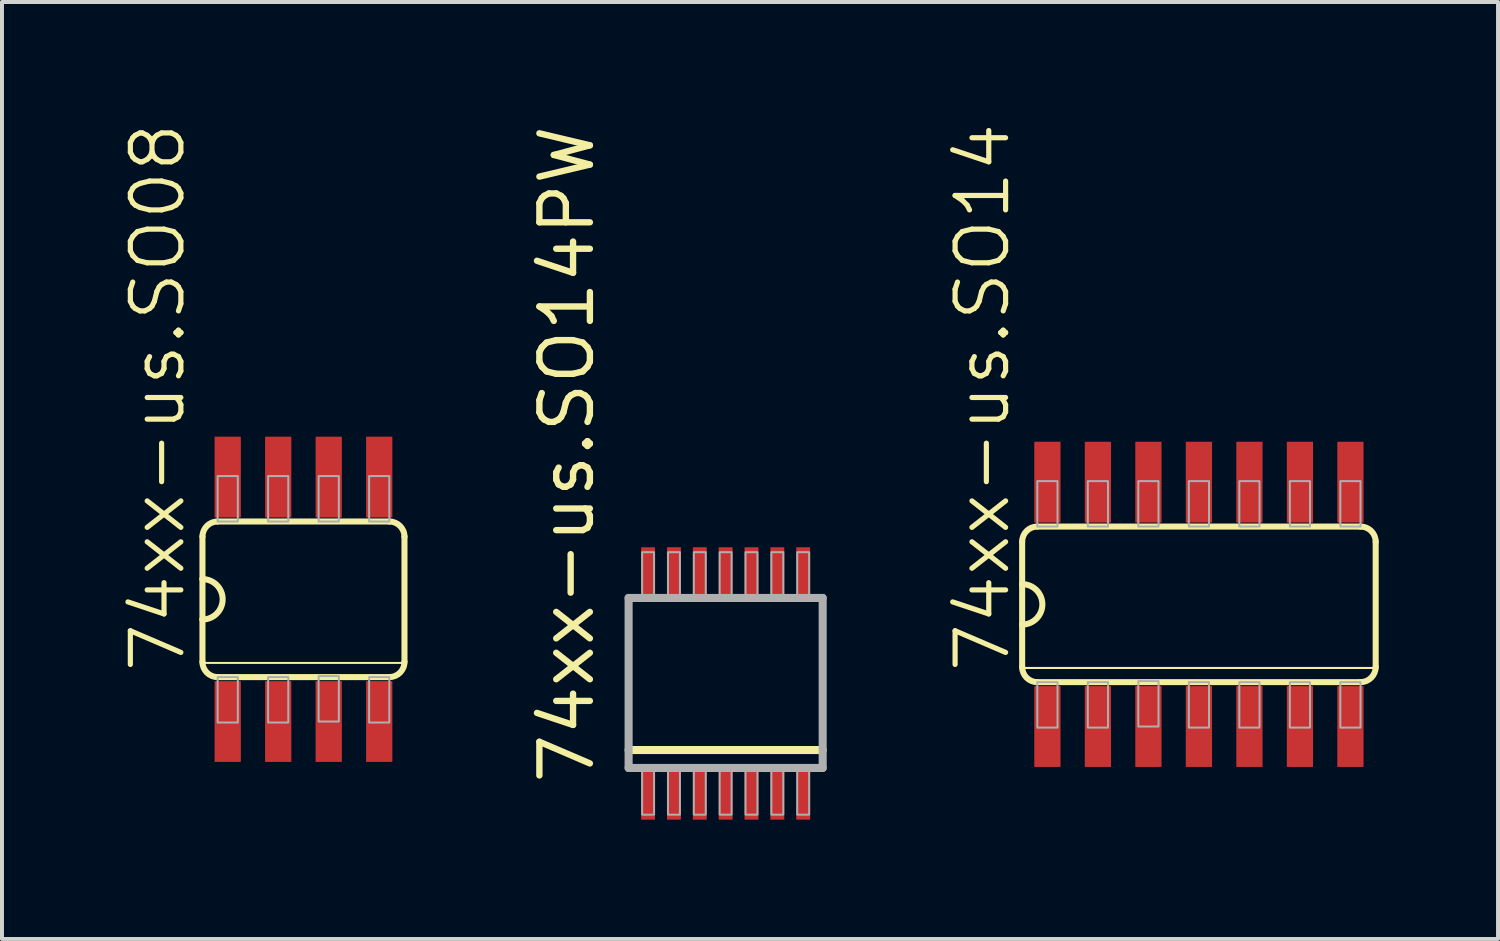
<source format=kicad_pcb>
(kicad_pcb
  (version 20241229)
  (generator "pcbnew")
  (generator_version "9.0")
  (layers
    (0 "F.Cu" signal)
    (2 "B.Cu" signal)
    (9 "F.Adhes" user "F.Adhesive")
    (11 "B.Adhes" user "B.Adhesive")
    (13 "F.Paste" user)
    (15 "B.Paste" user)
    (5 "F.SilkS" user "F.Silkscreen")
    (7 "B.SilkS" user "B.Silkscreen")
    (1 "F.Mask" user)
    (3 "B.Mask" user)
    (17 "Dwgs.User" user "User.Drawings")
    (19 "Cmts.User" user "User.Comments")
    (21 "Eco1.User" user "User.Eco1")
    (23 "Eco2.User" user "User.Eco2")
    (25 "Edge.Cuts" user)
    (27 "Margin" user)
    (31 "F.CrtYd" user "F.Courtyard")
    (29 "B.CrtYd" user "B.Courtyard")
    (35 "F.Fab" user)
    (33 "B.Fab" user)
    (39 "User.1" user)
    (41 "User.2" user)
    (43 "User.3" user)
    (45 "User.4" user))
  (footprint "74xx-us.SO14PW"
    (layer "F.Cu")
    (at 15.197 14.136)
    (property "Reference" "74xx-us.SO14PW" (at -3.25 2.6 90) (layer "F.SilkS") (effects (font (size 1.27 1.27) (thickness 0.16)) (justify left bottom)))
    (attr smd)
    (fp_line (start 2.44 1.675) (end -2.44 1.675) (stroke (width 0.203) (type default)) (layer "F.SilkS"))
    (fp_line (start -2.44 -2.15) (end 2.44 -2.15) (stroke (width 0.203) (type default)) (layer "F.Fab"))
    (fp_line (start -2.44 2.125) (end -2.44 -2.15) (stroke (width 0.203) (type default)) (layer "F.Fab"))
    (fp_line (start 2.44 -2.15) (end 2.44 2.125) (stroke (width 0.203) (type default)) (layer "F.Fab"))
    (fp_line (start 2.44 2.125) (end -2.44 2.125) (stroke (width 0.203) (type default)) (layer "F.Fab"))
    (fp_rect (start -2.1 -2.1) (end -1.8 -3.3) (stroke (width 0.05) (type default)) (fill no) (layer "F.Fab"))
    (fp_rect (start -2.1 3.3) (end -1.8 2.1) (stroke (width 0.05) (type default)) (fill no) (layer "F.Fab"))
    (fp_rect (start -1.45 -2.1) (end -1.15 -3.3) (stroke (width 0.05) (type default)) (fill no) (layer "F.Fab"))
    (fp_rect (start -1.45 3.3) (end -1.15 2.1) (stroke (width 0.05) (type default)) (fill no) (layer "F.Fab"))
    (fp_rect (start -0.8 -2.1) (end -0.5 -3.3) (stroke (width 0.05) (type default)) (fill no) (layer "F.Fab"))
    (fp_rect (start -0.8 3.3) (end -0.5 2.1) (stroke (width 0.05) (type default)) (fill no) (layer "F.Fab"))
    (fp_rect (start -0.15 -2.1) (end 0.15 -3.3) (stroke (width 0.05) (type default)) (fill no) (layer "F.Fab"))
    (fp_rect (start -0.15 3.3) (end 0.15 2.1) (stroke (width 0.05) (type default)) (fill no) (layer "F.Fab"))
    (fp_rect (start 0.5 -2.1) (end 0.8 -3.3) (stroke (width 0.05) (type default)) (fill no) (layer "F.Fab"))
    (fp_rect (start 0.5 3.3) (end 0.8 2.1) (stroke (width 0.05) (type default)) (fill no) (layer "F.Fab"))
    (fp_rect (start 1.15 -2.1) (end 1.45 -3.3) (stroke (width 0.05) (type default)) (fill no) (layer "F.Fab"))
    (fp_rect (start 1.15 3.3) (end 1.45 2.1) (stroke (width 0.05) (type default)) (fill no) (layer "F.Fab"))
    (fp_rect (start 1.8 -2.1) (end 2.1 -3.3) (stroke (width 0.05) (type default)) (fill no) (layer "F.Fab"))
    (fp_rect (start 1.8 3.3) (end 2.1 2.1) (stroke (width 0.05) (type default)) (fill no) (layer "F.Fab"))
    (pad "1" smd roundrect (at -1.95 2.825) (size 0.35 1.2) (layers "F.Cu" "F.Mask" "F.Paste") (roundrect_rratio 0.01))
    (pad "2" smd roundrect (at -1.3 2.825) (size 0.35 1.2) (layers "F.Cu" "F.Mask" "F.Paste") (roundrect_rratio 0.01))
    (pad "3" smd roundrect (at -0.65 2.825) (size 0.35 1.2) (layers "F.Cu" "F.Mask" "F.Paste") (roundrect_rratio 0.01))
    (pad "4" smd roundrect (at 0 2.825) (size 0.35 1.2) (layers "F.Cu" "F.Mask" "F.Paste") (roundrect_rratio 0.01))
    (pad "5" smd roundrect (at 0.65 2.825) (size 0.35 1.2) (layers "F.Cu" "F.Mask" "F.Paste") (roundrect_rratio 0.01))
    (pad "6" smd roundrect (at 1.3 2.825) (size 0.35 1.2) (layers "F.Cu" "F.Mask" "F.Paste") (roundrect_rratio 0.01))
    (pad "7" smd roundrect (at 1.95 2.825) (size 0.35 1.2) (layers "F.Cu" "F.Mask" "F.Paste") (roundrect_rratio 0.01))
    (pad "8" smd roundrect (at 1.95 -2.825 180) (size 0.35 1.2) (layers "F.Cu" "F.Mask" "F.Paste") (roundrect_rratio 0.01))
    (pad "9" smd roundrect (at 1.3 -2.825 180) (size 0.35 1.2) (layers "F.Cu" "F.Mask" "F.Paste") (roundrect_rratio 0.01))
    (pad "10" smd roundrect (at 0.65 -2.825 180) (size 0.35 1.2) (layers "F.Cu" "F.Mask" "F.Paste") (roundrect_rratio 0.01))
    (pad "11" smd roundrect (at 0 -2.825 180) (size 0.35 1.2) (layers "F.Cu" "F.Mask" "F.Paste") (roundrect_rratio 0.01))
    (pad "12" smd roundrect (at -0.65 -2.825 180) (size 0.35 1.2) (layers "F.Cu" "F.Mask" "F.Paste") (roundrect_rratio 0.01))
    (pad "13" smd roundrect (at -1.3 -2.825 180) (size 0.35 1.2) (layers "F.Cu" "F.Mask" "F.Paste") (roundrect_rratio 0.01))
    (pad "14" smd roundrect (at -1.95 -2.825 180) (size 0.35 1.2) (layers "F.Cu" "F.Mask" "F.Paste") (roundrect_rratio 0.01)))
  (footprint "74xx-us.SO14"
    (layer "F.Cu")
    (at 27.098 12.147)
    (property "Reference" "74xx-us.SO14" (at -4.699 1.778 90) (layer "F.SilkS") (effects (font (size 1.27 1.27) (thickness 0.13)) (justify left bottom)))
    (attr smd)
    (fp_line (start -4.445 -1.575) (end -4.445 -0.508) (stroke (width 0.152) (type default)) (layer "F.SilkS"))
    (fp_line (start -4.445 -0.508) (end -4.445 0.508) (stroke (width 0.152) (type default)) (layer "F.SilkS"))
    (fp_line (start -4.445 0.508) (end -4.445 1.575) (stroke (width 0.152) (type default)) (layer "F.SilkS"))
    (fp_line (start -4.445 1.6) (end 4.445 1.6) (stroke (width 0.051) (type default)) (layer "F.SilkS"))
    (fp_line (start -4.064 1.956) (end 4.064 1.956) (stroke (width 0.152) (type default)) (layer "F.SilkS"))
    (fp_line (start 4.064 -1.956) (end -4.064 -1.956) (stroke (width 0.152) (type default)) (layer "F.SilkS"))
    (fp_line (start 4.445 1.575) (end 4.445 -1.575) (stroke (width 0.152) (type default)) (layer "F.SilkS"))
    (fp_arc (start -4.445 -1.5748) (mid -4.333408 -1.844208) (end -4.064 -1.9558) (stroke (width 0.1524) (type default)) (layer "F.SilkS"))
    (fp_arc (start -4.445 -0.508) (mid -3.937 0) (end -4.445 0.508) (stroke (width 0.1524) (type default)) (layer "F.SilkS"))
    (fp_arc (start -4.064 1.9558) (mid -4.333408 1.844208) (end -4.445 1.5748) (stroke (width 0.1524) (type default)) (layer "F.SilkS"))
    (fp_arc (start 4.064 -1.9558) (mid 4.333408 -1.844208) (end 4.445 -1.5748) (stroke (width 0.1524) (type default)) (layer "F.SilkS"))
    (fp_arc (start 4.445 1.5748) (mid 4.333408 1.844208) (end 4.064 1.9558) (stroke (width 0.1524) (type default)) (layer "F.SilkS"))
    (fp_rect (start -4.064 -1.956) (end -3.556 -3.099) (stroke (width 0.05) (type default)) (fill no) (layer "F.Fab"))
    (fp_rect (start -4.064 3.099) (end -3.556 1.956) (stroke (width 0.05) (type default)) (fill no) (layer "F.Fab"))
    (fp_rect (start -2.794 -1.956) (end -2.286 -3.099) (stroke (width 0.05) (type default)) (fill no) (layer "F.Fab"))
    (fp_rect (start -2.794 3.099) (end -2.286 1.956) (stroke (width 0.05) (type default)) (fill no) (layer "F.Fab"))
    (fp_rect (start -1.524 -1.956) (end -1.016 -3.099) (stroke (width 0.05) (type default)) (fill no) (layer "F.Fab"))
    (fp_rect (start -1.524 3.073) (end -1.016 1.93) (stroke (width 0.05) (type default)) (fill no) (layer "F.Fab"))
    (fp_rect (start -0.254 -1.956) (end 0.254 -3.099) (stroke (width 0.05) (type default)) (fill no) (layer "F.Fab"))
    (fp_rect (start -0.254 3.099) (end 0.254 1.956) (stroke (width 0.05) (type default)) (fill no) (layer "F.Fab"))
    (fp_rect (start 1.016 -1.956) (end 1.524 -3.099) (stroke (width 0.05) (type default)) (fill no) (layer "F.Fab"))
    (fp_rect (start 1.016 3.099) (end 1.524 1.956) (stroke (width 0.05) (type default)) (fill no) (layer "F.Fab"))
    (fp_rect (start 2.286 -1.956) (end 2.794 -3.099) (stroke (width 0.05) (type default)) (fill no) (layer "F.Fab"))
    (fp_rect (start 2.286 3.099) (end 2.794 1.956) (stroke (width 0.05) (type default)) (fill no) (layer "F.Fab"))
    (fp_rect (start 3.556 -1.956) (end 4.064 -3.099) (stroke (width 0.05) (type default)) (fill no) (layer "F.Fab"))
    (fp_rect (start 3.556 3.099) (end 4.064 1.956) (stroke (width 0.05) (type default)) (fill no) (layer "F.Fab"))
    (pad "1" smd roundrect (at -3.81 3.073) (size 0.66 2.032) (layers "F.Cu" "F.Mask" "F.Paste") (roundrect_rratio 0.01))
    (pad "2" smd roundrect (at -2.54 3.073) (size 0.66 2.032) (layers "F.Cu" "F.Mask" "F.Paste") (roundrect_rratio 0.01))
    (pad "3" smd roundrect (at -1.27 3.073) (size 0.66 2.032) (layers "F.Cu" "F.Mask" "F.Paste") (roundrect_rratio 0.01))
    (pad "4" smd roundrect (at 0 3.073) (size 0.66 2.032) (layers "F.Cu" "F.Mask" "F.Paste") (roundrect_rratio 0.01))
    (pad "5" smd roundrect (at 1.27 3.073) (size 0.66 2.032) (layers "F.Cu" "F.Mask" "F.Paste") (roundrect_rratio 0.01))
    (pad "6" smd roundrect (at 2.54 3.073) (size 0.66 2.032) (layers "F.Cu" "F.Mask" "F.Paste") (roundrect_rratio 0.01))
    (pad "7" smd roundrect (at 3.81 3.073) (size 0.66 2.032) (layers "F.Cu" "F.Mask" "F.Paste") (roundrect_rratio 0.01))
    (pad "8" smd roundrect (at 3.81 -3.073) (size 0.66 2.032) (layers "F.Cu" "F.Mask" "F.Paste") (roundrect_rratio 0.01))
    (pad "9" smd roundrect (at 2.54 -3.073) (size 0.66 2.032) (layers "F.Cu" "F.Mask" "F.Paste") (roundrect_rratio 0.01))
    (pad "10" smd roundrect (at 1.27 -3.073) (size 0.66 2.032) (layers "F.Cu" "F.Mask" "F.Paste") (roundrect_rratio 0.01))
    (pad "11" smd roundrect (at 0 -3.073) (size 0.66 2.032) (layers "F.Cu" "F.Mask" "F.Paste") (roundrect_rratio 0.01))
    (pad "12" smd roundrect (at -1.27 -3.073) (size 0.66 2.032) (layers "F.Cu" "F.Mask" "F.Paste") (roundrect_rratio 0.01))
    (pad "13" smd roundrect (at -2.54 -3.073) (size 0.66 2.032) (layers "F.Cu" "F.Mask" "F.Paste") (roundrect_rratio 0.01))
    (pad "14" smd roundrect (at -3.81 -3.073) (size 0.66 2.032) (layers "F.Cu" "F.Mask" "F.Paste") (roundrect_rratio 0.01)))
  (footprint "74xx-us.SO08"
    (layer "F.Cu")
    (at 4.581 12.02)
    (property "Reference" "74xx-us.SO08" (at -2.921 1.905 90) (layer "F.SilkS") (effects (font (size 1.27 1.27) (thickness 0.13)) (justify left bottom)))
    (attr smd)
    (fp_line (start -2.54 -1.575) (end -2.54 -0.508) (stroke (width 0.152) (type default)) (layer "F.SilkS"))
    (fp_line (start -2.54 -0.508) (end -2.54 0.508) (stroke (width 0.152) (type default)) (layer "F.SilkS"))
    (fp_line (start -2.54 0.508) (end -2.54 1.575) (stroke (width 0.152) (type default)) (layer "F.SilkS"))
    (fp_line (start -2.54 1.6) (end 2.54 1.6) (stroke (width 0.051) (type default)) (layer "F.SilkS"))
    (fp_line (start -2.159 1.956) (end 2.159 1.956) (stroke (width 0.152) (type default)) (layer "F.SilkS"))
    (fp_line (start 2.159 -1.956) (end -2.159 -1.956) (stroke (width 0.152) (type default)) (layer "F.SilkS"))
    (fp_line (start 2.54 1.575) (end 2.54 -1.575) (stroke (width 0.152) (type default)) (layer "F.SilkS"))
    (fp_arc (start -2.54 -1.5748) (mid -2.428408 -1.844208) (end -2.159 -1.9558) (stroke (width 0.1524) (type default)) (layer "F.SilkS"))
    (fp_arc (start -2.54 -0.508) (mid -2.032 0) (end -2.54 0.508) (stroke (width 0.1524) (type default)) (layer "F.SilkS"))
    (fp_arc (start -2.159 1.9558) (mid -2.428408 1.844208) (end -2.54 1.5748) (stroke (width 0.1524) (type default)) (layer "F.SilkS"))
    (fp_arc (start 2.159 -1.9558) (mid 2.428408 -1.844208) (end 2.54 -1.5748) (stroke (width 0.1524) (type default)) (layer "F.SilkS"))
    (fp_arc (start 2.54 1.5748) (mid 2.428408 1.844208) (end 2.159 1.9558) (stroke (width 0.1524) (type default)) (layer "F.SilkS"))
    (fp_rect (start -2.159 -1.956) (end -1.651 -3.099) (stroke (width 0.05) (type default)) (fill no) (layer "F.Fab"))
    (fp_rect (start -2.159 3.099) (end -1.651 1.956) (stroke (width 0.05) (type default)) (fill no) (layer "F.Fab"))
    (fp_rect (start -0.889 -1.956) (end -0.381 -3.099) (stroke (width 0.05) (type default)) (fill no) (layer "F.Fab"))
    (fp_rect (start -0.889 3.099) (end -0.381 1.956) (stroke (width 0.05) (type default)) (fill no) (layer "F.Fab"))
    (fp_rect (start 0.381 -1.956) (end 0.889 -3.099) (stroke (width 0.05) (type default)) (fill no) (layer "F.Fab"))
    (fp_rect (start 0.381 3.073) (end 0.889 1.93) (stroke (width 0.05) (type default)) (fill no) (layer "F.Fab"))
    (fp_rect (start 1.651 -1.956) (end 2.159 -3.099) (stroke (width 0.05) (type default)) (fill no) (layer "F.Fab"))
    (fp_rect (start 1.651 3.099) (end 2.159 1.956) (stroke (width 0.05) (type default)) (fill no) (layer "F.Fab"))
    (pad "1" smd roundrect (at -1.905 3.073) (size 0.66 2.032) (layers "F.Cu" "F.Mask" "F.Paste") (roundrect_rratio 0.01))
    (pad "2" smd roundrect (at -0.635 3.073) (size 0.66 2.032) (layers "F.Cu" "F.Mask" "F.Paste") (roundrect_rratio 0.01))
    (pad "3" smd roundrect (at 0.635 3.073) (size 0.66 2.032) (layers "F.Cu" "F.Mask" "F.Paste") (roundrect_rratio 0.01))
    (pad "4" smd roundrect (at 1.905 3.073) (size 0.66 2.032) (layers "F.Cu" "F.Mask" "F.Paste") (roundrect_rratio 0.01))
    (pad "5" smd roundrect (at 1.905 -3.073) (size 0.66 2.032) (layers "F.Cu" "F.Mask" "F.Paste") (roundrect_rratio 0.01))
    (pad "6" smd roundrect (at 0.635 -3.073) (size 0.66 2.032) (layers "F.Cu" "F.Mask" "F.Paste") (roundrect_rratio 0.01))
    (pad "7" smd roundrect (at -0.635 -3.073) (size 0.66 2.032) (layers "F.Cu" "F.Mask" "F.Paste") (roundrect_rratio 0.01))
    (pad "8" smd roundrect (at -1.905 -3.073) (size 0.66 2.032) (layers "F.Cu" "F.Mask" "F.Paste") (roundrect_rratio 0.01)))
  (gr_rect
    (start -3 -3)
    (end 34.619 20.561)
    (stroke (width 0.1) (type default))
    (fill no)
    (layer "Edge.Cuts")))
</source>
